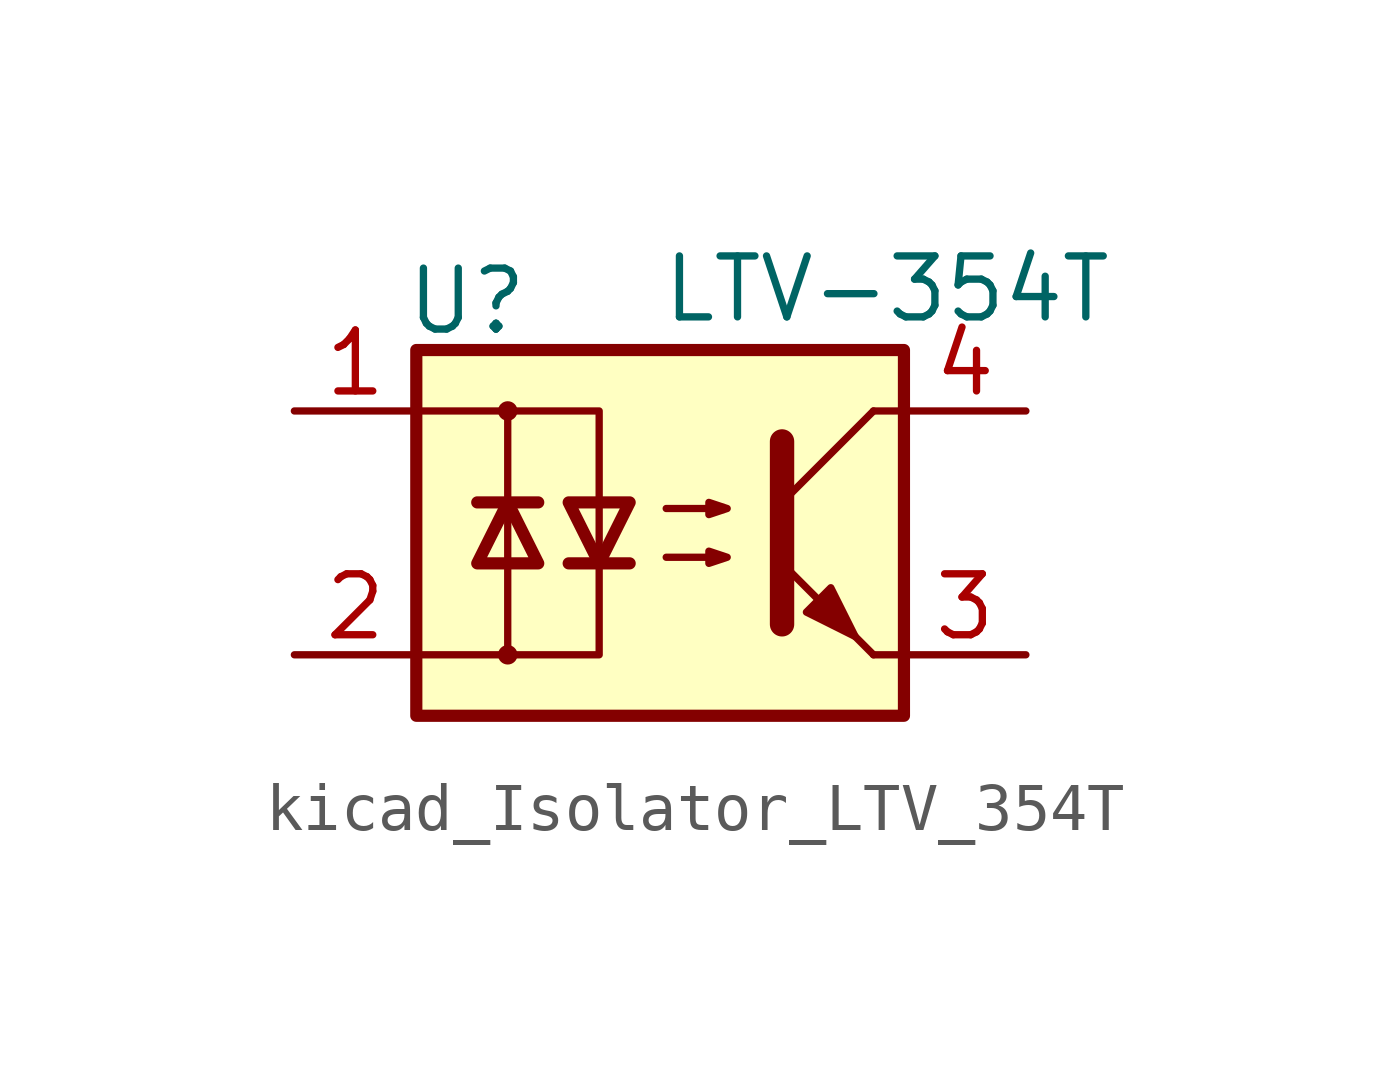
<source format=kicad_sym>
(kicad_symbol_lib
  (version 20220914)
  (generator kicad_symbol_editor)
  (symbol "kicad_Isolator_LTV_354T"
    (pin_names
      (offset 1.016))
    (property "Reference" "U"
      (at -5.334 4.826 0)
      (effects (font (size 1.27 1.27)) (justify left)))
    (property "Value" "LTV-354T"
      (at 0 5.08 0)
      (effects (font (size 1.27 1.27)) (justify left)))
    (symbol "kicad_Isolator_LTV_354T_0_1"
      (rectangle (start -5.08 3.81) (end 5.08 -3.81) (stroke (width 0.254) (type default)) (fill (type background)))
      (circle (center -3.175 -2.54) (radius 0.127) (stroke (width 0) (type default)) (fill (type none)))
      (circle (center -3.175 2.54) (radius 0.127) (stroke (width 0) (type default)) (fill (type none)))
      (polyline (pts (xy -3.81 0.635) (xy -2.54 0.635)) (stroke (width 0.254) (type default)) (fill (type none)))
      (polyline (pts (xy -3.175 -0.635) (xy -3.175 -2.54)) (stroke (width 0) (type default)) (fill (type none)))
      (polyline (pts (xy -3.175 -0.635) (xy -3.175 2.54)) (stroke (width 0) (type default)) (fill (type none)))
      (polyline (pts (xy -1.905 -0.635) (xy -0.635 -0.635)) (stroke (width 0.254) (type default)) (fill (type none)))
      (polyline (pts (xy 2.54 0.635) (xy 4.445 2.54)) (stroke (width 0) (type default)) (fill (type none)))
      (polyline (pts (xy 4.445 -2.54) (xy 2.54 -0.635)) (stroke (width 0) (type default)) (fill (type outline)))
      (polyline (pts (xy 4.445 -2.54) (xy 5.08 -2.54)) (stroke (width 0) (type default)) (fill (type none)))
      (polyline (pts (xy 4.445 2.54) (xy 5.08 2.54)) (stroke (width 0) (type default)) (fill (type none)))
      (polyline (pts (xy -5.08 2.54) (xy -1.27 2.54) (xy -1.27 -0.635)) (stroke (width 0) (type default)) (fill (type none)))
      (polyline (pts (xy -1.27 -0.635) (xy -1.27 -2.54) (xy -5.08 -2.54)) (stroke (width 0) (type default)) (fill (type none)))
      (polyline (pts (xy 2.54 1.905) (xy 2.54 -1.905) (xy 2.54 -1.905)) (stroke (width 0.508) (type default)) (fill (type none)))
      (polyline (pts (xy -3.175 0.635) (xy -3.81 -0.635) (xy -2.54 -0.635) (xy -3.175 0.635)) (stroke (width 0.254) (type default)) (fill (type none)))
      (polyline (pts (xy -1.27 -0.635) (xy -1.905 0.635) (xy -0.635 0.635) (xy -1.27 -0.635)) (stroke (width 0.254) (type default)) (fill (type none)))
      (polyline (pts (xy 0.127 -0.508) (xy 1.397 -0.508) (xy 1.016 -0.635) (xy 1.016 -0.381) (xy 1.397 -0.508)) (stroke (width 0) (type default)) (fill (type none)))
      (polyline (pts (xy 0.127 0.508) (xy 1.397 0.508) (xy 1.016 0.381) (xy 1.016 0.635) (xy 1.397 0.508)) (stroke (width 0) (type default)) (fill (type none)))
      (polyline (pts (xy 3.048 -1.651) (xy 3.556 -1.143) (xy 4.064 -2.159) (xy 3.048 -1.651) (xy 3.048 -1.651)) (stroke (width 0) (type default)) (fill (type outline))))
    (symbol "kicad_Isolator_LTV_354T_1_1"
      (pin passive line (at -7.62 2.54 0) (length 2.54) (name "~" (effects (font (size 1.27 1.27)))) (number "1" (effects (font (size 1.27 1.27)))))
      (pin passive line (at -7.62 -2.54 0) (length 2.54) (name "~" (effects (font (size 1.27 1.27)))) (number "2" (effects (font (size 1.27 1.27)))))
      (pin passive line (at 7.62 -2.54 180) (length 2.54) (name "~" (effects (font (size 1.27 1.27)))) (number "3" (effects (font (size 1.27 1.27)))))
      (pin passive line (at 7.62 2.54 180) (length 2.54) (name "~" (effects (font (size 1.27 1.27)))) (number "4" (effects (font (size 1.27 1.27))))))))
</source>
